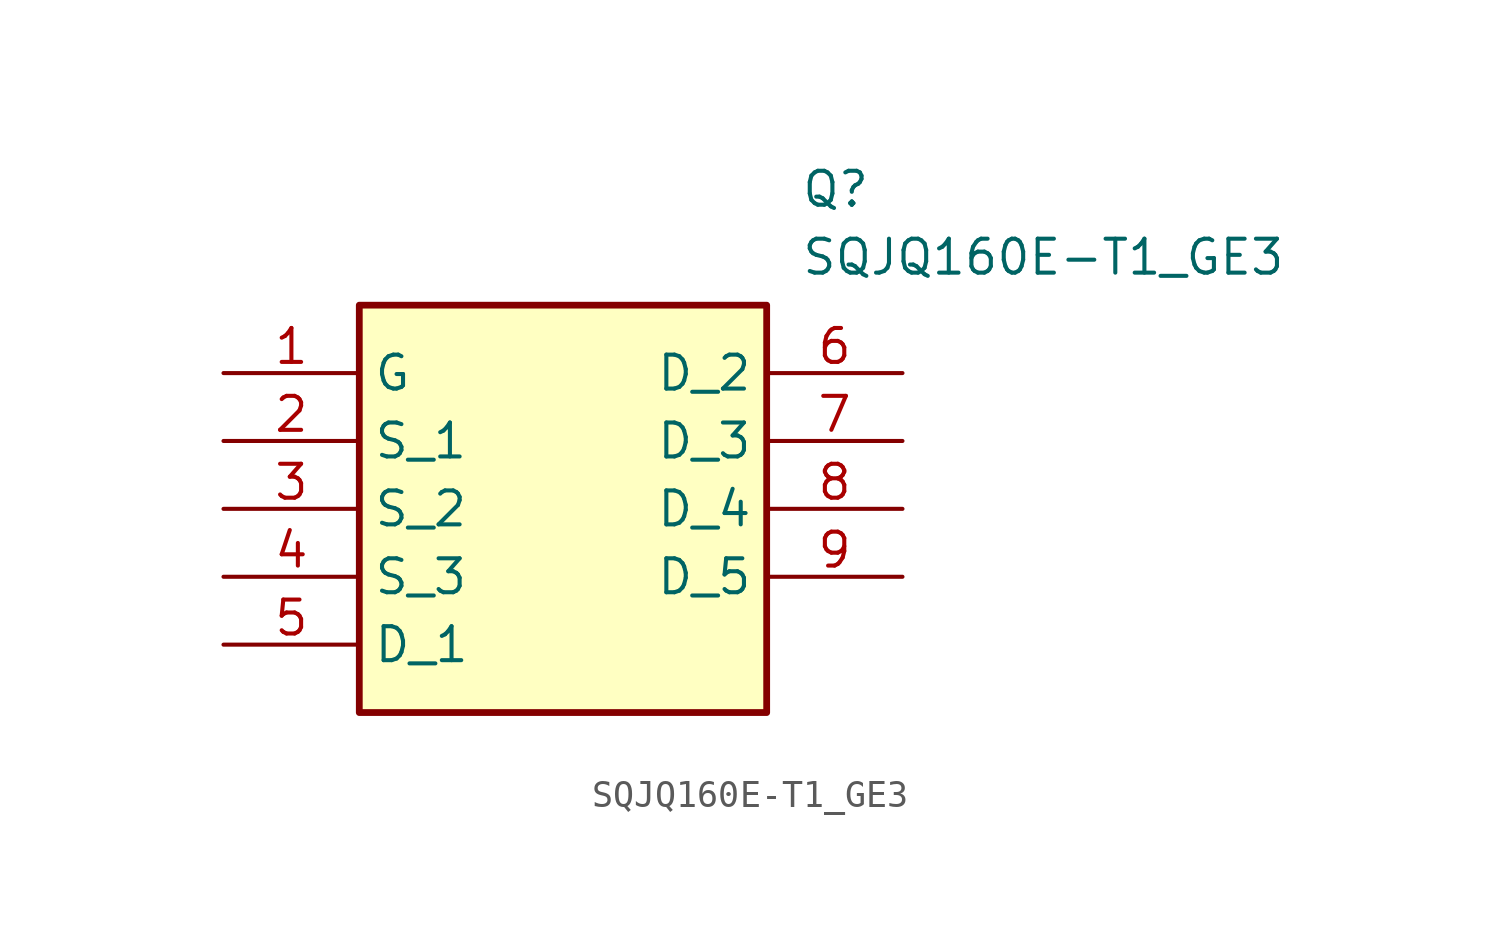
<source format=kicad_sym>
(kicad_symbol_lib
  (version 20211014)
  (generator SamacSys_ECAD_Model)
  (symbol "SQJQ160E-T1_GE3"
    (property "Reference" "Q"
      (at 21.59 7.62 0)
      (effects (font (size 1.27 1.27)) (justify left top)))
    (property "Value" "SQJQ160E-T1_GE3"
      (at 21.59 5.08 0)
      (effects (font (size 1.27 1.27)) (justify left top)))
    (rectangle
      (start 5.08 2.54)
      (end 20.32 -12.7)
      (stroke (width 0.254) (type default))
      (fill (type background)))
    (pin passive line
      (at 0 0 0)
      (length 5.08)
      (name "G" (effects (font (size 1.27 1.27))))
      (number "1" (effects (font (size 1.27 1.27)))))
    (pin passive line
      (at 0 -2.54 0)
      (length 5.08)
      (name "S_1" (effects (font (size 1.27 1.27))))
      (number "2" (effects (font (size 1.27 1.27)))))
    (pin passive line
      (at 0 -5.08 0)
      (length 5.08)
      (name "S_2" (effects (font (size 1.27 1.27))))
      (number "3" (effects (font (size 1.27 1.27)))))
    (pin passive line
      (at 0 -7.62 0)
      (length 5.08)
      (name "S_3" (effects (font (size 1.27 1.27))))
      (number "4" (effects (font (size 1.27 1.27)))))
    (pin passive line
      (at 0 -10.16 0)
      (length 5.08)
      (name "D_1" (effects (font (size 1.27 1.27))))
      (number "5" (effects (font (size 1.27 1.27)))))
    (pin passive line
      (at 25.4 0 180)
      (length 5.08)
      (name "D_2" (effects (font (size 1.27 1.27))))
      (number "6" (effects (font (size 1.27 1.27)))))
    (pin passive line
      (at 25.4 -2.54 180)
      (length 5.08)
      (name "D_3" (effects (font (size 1.27 1.27))))
      (number "7" (effects (font (size 1.27 1.27)))))
    (pin passive line
      (at 25.4 -5.08 180)
      (length 5.08)
      (name "D_4" (effects (font (size 1.27 1.27))))
      (number "8" (effects (font (size 1.27 1.27)))))
    (pin passive line
      (at 25.4 -7.62 180)
      (length 5.08)
      (name "D_5" (effects (font (size 1.27 1.27))))
      (number "9" (effects (font (size 1.27 1.27)))))))
</source>
